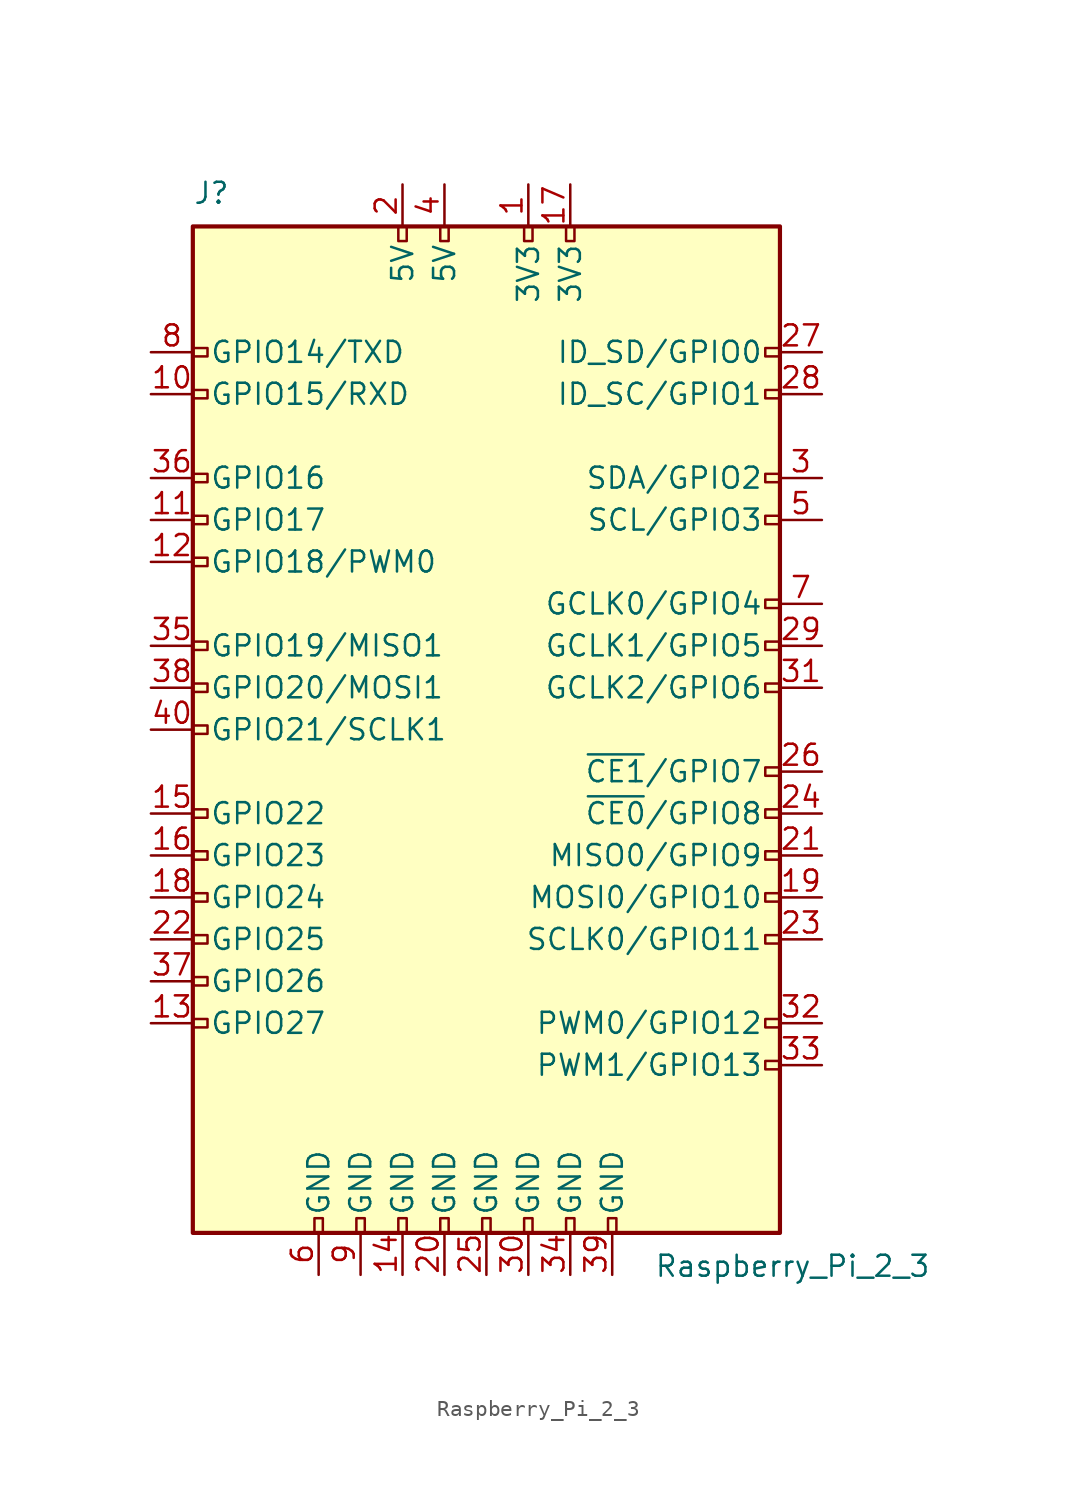
<source format=kicad_sym>
(kicad_symbol_lib
  (version 20211014)
  (generator kicad_symbol_editor)
  (symbol "Raspberry_Pi_2_3"
    (pin_names
      (offset 1.016))
    (property "Reference" "J"
      (at -17.78 31.75 0)
      (effects (font (size 1.27 1.27)) (justify left bottom)))
    (property "Value" "Raspberry_Pi_2_3"
      (at 10.16 -31.75 0)
      (effects (font (size 1.27 1.27)) (justify left top)))
    (symbol "Raspberry_Pi_2_3_0_1"
      (rectangle (start -17.78 30.48) (end 17.78 -30.48) (stroke (width 0.254) (type default) (color 0 0 0 0)) (fill (type background))))
    (symbol "Raspberry_Pi_2_3_1_1"
      (rectangle (start -16.891 -17.526) (end -17.78 -18.034) (stroke (width 0) (type default) (color 0 0 0 0)) (fill (type none)))
      (rectangle (start -16.891 -14.986) (end -17.78 -15.494) (stroke (width 0) (type default) (color 0 0 0 0)) (fill (type none)))
      (rectangle (start -16.891 -12.446) (end -17.78 -12.954) (stroke (width 0) (type default) (color 0 0 0 0)) (fill (type none)))
      (rectangle (start -16.891 -9.906) (end -17.78 -10.414) (stroke (width 0) (type default) (color 0 0 0 0)) (fill (type none)))
      (rectangle (start -16.891 -7.366) (end -17.78 -7.874) (stroke (width 0) (type default) (color 0 0 0 0)) (fill (type none)))
      (rectangle (start -16.891 -4.826) (end -17.78 -5.334) (stroke (width 0) (type default) (color 0 0 0 0)) (fill (type none)))
      (rectangle (start -16.891 0.254) (end -17.78 -0.254) (stroke (width 0) (type default) (color 0 0 0 0)) (fill (type none)))
      (rectangle (start -16.891 2.794) (end -17.78 2.286) (stroke (width 0) (type default) (color 0 0 0 0)) (fill (type none)))
      (rectangle (start -16.891 5.334) (end -17.78 4.826) (stroke (width 0) (type default) (color 0 0 0 0)) (fill (type none)))
      (rectangle (start -16.891 10.414) (end -17.78 9.906) (stroke (width 0) (type default) (color 0 0 0 0)) (fill (type none)))
      (rectangle (start -16.891 12.954) (end -17.78 12.446) (stroke (width 0) (type default) (color 0 0 0 0)) (fill (type none)))
      (rectangle (start -16.891 15.494) (end -17.78 14.986) (stroke (width 0) (type default) (color 0 0 0 0)) (fill (type none)))
      (rectangle (start -16.891 20.574) (end -17.78 20.066) (stroke (width 0) (type default) (color 0 0 0 0)) (fill (type none)))
      (rectangle (start -16.891 23.114) (end -17.78 22.606) (stroke (width 0) (type default) (color 0 0 0 0)) (fill (type none)))
      (rectangle (start -10.414 -29.591) (end -9.906 -30.48) (stroke (width 0) (type default) (color 0 0 0 0)) (fill (type none)))
      (rectangle (start -7.874 -29.591) (end -7.366 -30.48) (stroke (width 0) (type default) (color 0 0 0 0)) (fill (type none)))
      (rectangle (start -5.334 -29.591) (end -4.826 -30.48) (stroke (width 0) (type default) (color 0 0 0 0)) (fill (type none)))
      (rectangle (start -5.334 30.48) (end -4.826 29.591) (stroke (width 0) (type default) (color 0 0 0 0)) (fill (type none)))
      (rectangle (start -2.794 -29.591) (end -2.286 -30.48) (stroke (width 0) (type default) (color 0 0 0 0)) (fill (type none)))
      (rectangle (start -2.794 30.48) (end -2.286 29.591) (stroke (width 0) (type default) (color 0 0 0 0)) (fill (type none)))
      (rectangle (start -0.254 -29.591) (end 0.254 -30.48) (stroke (width 0) (type default) (color 0 0 0 0)) (fill (type none)))
      (rectangle (start 2.286 -29.591) (end 2.794 -30.48) (stroke (width 0) (type default) (color 0 0 0 0)) (fill (type none)))
      (rectangle (start 2.286 30.48) (end 2.794 29.591) (stroke (width 0) (type default) (color 0 0 0 0)) (fill (type none)))
      (rectangle (start 4.826 -29.591) (end 5.334 -30.48) (stroke (width 0) (type default) (color 0 0 0 0)) (fill (type none)))
      (rectangle (start 4.826 30.48) (end 5.334 29.591) (stroke (width 0) (type default) (color 0 0 0 0)) (fill (type none)))
      (rectangle (start 7.366 -29.591) (end 7.874 -30.48) (stroke (width 0) (type default) (color 0 0 0 0)) (fill (type none)))
      (rectangle (start 17.78 -20.066) (end 16.891 -20.574) (stroke (width 0) (type default) (color 0 0 0 0)) (fill (type none)))
      (rectangle (start 17.78 -17.526) (end 16.891 -18.034) (stroke (width 0) (type default) (color 0 0 0 0)) (fill (type none)))
      (rectangle (start 17.78 -12.446) (end 16.891 -12.954) (stroke (width 0) (type default) (color 0 0 0 0)) (fill (type none)))
      (rectangle (start 17.78 -9.906) (end 16.891 -10.414) (stroke (width 0) (type default) (color 0 0 0 0)) (fill (type none)))
      (rectangle (start 17.78 -7.366) (end 16.891 -7.874) (stroke (width 0) (type default) (color 0 0 0 0)) (fill (type none)))
      (rectangle (start 17.78 -4.826) (end 16.891 -5.334) (stroke (width 0) (type default) (color 0 0 0 0)) (fill (type none)))
      (rectangle (start 17.78 -2.286) (end 16.891 -2.794) (stroke (width 0) (type default) (color 0 0 0 0)) (fill (type none)))
      (rectangle (start 17.78 2.794) (end 16.891 2.286) (stroke (width 0) (type default) (color 0 0 0 0)) (fill (type none)))
      (rectangle (start 17.78 5.334) (end 16.891 4.826) (stroke (width 0) (type default) (color 0 0 0 0)) (fill (type none)))
      (rectangle (start 17.78 7.874) (end 16.891 7.366) (stroke (width 0) (type default) (color 0 0 0 0)) (fill (type none)))
      (rectangle (start 17.78 12.954) (end 16.891 12.446) (stroke (width 0) (type default) (color 0 0 0 0)) (fill (type none)))
      (rectangle (start 17.78 15.494) (end 16.891 14.986) (stroke (width 0) (type default) (color 0 0 0 0)) (fill (type none)))
      (rectangle (start 17.78 20.574) (end 16.891 20.066) (stroke (width 0) (type default) (color 0 0 0 0)) (fill (type none)))
      (rectangle (start 17.78 23.114) (end 16.891 22.606) (stroke (width 0) (type default) (color 0 0 0 0)) (fill (type none)))
      (pin power_in line (at 2.54 33.02 270) (length 2.54) (name "3V3" (effects (font (size 1.27 1.27)))) (number "1" (effects (font (size 1.27 1.27)))))
      (pin bidirectional line (at -20.32 20.32 0) (length 2.54) (name "GPIO15/RXD" (effects (font (size 1.27 1.27)))) (number "10" (effects (font (size 1.27 1.27)))))
      (pin bidirectional line (at -20.32 12.7 0) (length 2.54) (name "GPIO17" (effects (font (size 1.27 1.27)))) (number "11" (effects (font (size 1.27 1.27)))))
      (pin bidirectional line (at -20.32 10.16 0) (length 2.54) (name "GPIO18/PWM0" (effects (font (size 1.27 1.27)))) (number "12" (effects (font (size 1.27 1.27)))))
      (pin bidirectional line (at -20.32 -17.78 0) (length 2.54) (name "GPIO27" (effects (font (size 1.27 1.27)))) (number "13" (effects (font (size 1.27 1.27)))))
      (pin power_in line (at -5.08 -33.02 90) (length 2.54) (name "GND" (effects (font (size 1.27 1.27)))) (number "14" (effects (font (size 1.27 1.27)))))
      (pin bidirectional line (at -20.32 -5.08 0) (length 2.54) (name "GPIO22" (effects (font (size 1.27 1.27)))) (number "15" (effects (font (size 1.27 1.27)))))
      (pin bidirectional line (at -20.32 -7.62 0) (length 2.54) (name "GPIO23" (effects (font (size 1.27 1.27)))) (number "16" (effects (font (size 1.27 1.27)))))
      (pin power_in line (at 5.08 33.02 270) (length 2.54) (name "3V3" (effects (font (size 1.27 1.27)))) (number "17" (effects (font (size 1.27 1.27)))))
      (pin bidirectional line (at -20.32 -10.16 0) (length 2.54) (name "GPIO24" (effects (font (size 1.27 1.27)))) (number "18" (effects (font (size 1.27 1.27)))))
      (pin bidirectional line (at 20.32 -10.16 180) (length 2.54) (name "MOSI0/GPIO10" (effects (font (size 1.27 1.27)))) (number "19" (effects (font (size 1.27 1.27)))))
      (pin power_in line (at -5.08 33.02 270) (length 2.54) (name "5V" (effects (font (size 1.27 1.27)))) (number "2" (effects (font (size 1.27 1.27)))))
      (pin power_in line (at -2.54 -33.02 90) (length 2.54) (name "GND" (effects (font (size 1.27 1.27)))) (number "20" (effects (font (size 1.27 1.27)))))
      (pin bidirectional line (at 20.32 -7.62 180) (length 2.54) (name "MISO0/GPIO9" (effects (font (size 1.27 1.27)))) (number "21" (effects (font (size 1.27 1.27)))))
      (pin bidirectional line (at -20.32 -12.7 0) (length 2.54) (name "GPIO25" (effects (font (size 1.27 1.27)))) (number "22" (effects (font (size 1.27 1.27)))))
      (pin bidirectional line (at 20.32 -12.7 180) (length 2.54) (name "SCLK0/GPIO11" (effects (font (size 1.27 1.27)))) (number "23" (effects (font (size 1.27 1.27)))))
      (pin bidirectional line (at 20.32 -5.08 180) (length 2.54) (name "~{CE0}/GPIO8" (effects (font (size 1.27 1.27)))) (number "24" (effects (font (size 1.27 1.27)))))
      (pin power_in line (at 0 -33.02 90) (length 2.54) (name "GND" (effects (font (size 1.27 1.27)))) (number "25" (effects (font (size 1.27 1.27)))))
      (pin bidirectional line (at 20.32 -2.54 180) (length 2.54) (name "~{CE1}/GPIO7" (effects (font (size 1.27 1.27)))) (number "26" (effects (font (size 1.27 1.27)))))
      (pin bidirectional line (at 20.32 22.86 180) (length 2.54) (name "ID_SD/GPIO0" (effects (font (size 1.27 1.27)))) (number "27" (effects (font (size 1.27 1.27)))))
      (pin bidirectional line (at 20.32 20.32 180) (length 2.54) (name "ID_SC/GPIO1" (effects (font (size 1.27 1.27)))) (number "28" (effects (font (size 1.27 1.27)))))
      (pin bidirectional line (at 20.32 5.08 180) (length 2.54) (name "GCLK1/GPIO5" (effects (font (size 1.27 1.27)))) (number "29" (effects (font (size 1.27 1.27)))))
      (pin bidirectional line (at 20.32 15.24 180) (length 2.54) (name "SDA/GPIO2" (effects (font (size 1.27 1.27)))) (number "3" (effects (font (size 1.27 1.27)))))
      (pin power_in line (at 2.54 -33.02 90) (length 2.54) (name "GND" (effects (font (size 1.27 1.27)))) (number "30" (effects (font (size 1.27 1.27)))))
      (pin bidirectional line (at 20.32 2.54 180) (length 2.54) (name "GCLK2/GPIO6" (effects (font (size 1.27 1.27)))) (number "31" (effects (font (size 1.27 1.27)))))
      (pin bidirectional line (at 20.32 -17.78 180) (length 2.54) (name "PWM0/GPIO12" (effects (font (size 1.27 1.27)))) (number "32" (effects (font (size 1.27 1.27)))))
      (pin bidirectional line (at 20.32 -20.32 180) (length 2.54) (name "PWM1/GPIO13" (effects (font (size 1.27 1.27)))) (number "33" (effects (font (size 1.27 1.27)))))
      (pin power_in line (at 5.08 -33.02 90) (length 2.54) (name "GND" (effects (font (size 1.27 1.27)))) (number "34" (effects (font (size 1.27 1.27)))))
      (pin bidirectional line (at -20.32 5.08 0) (length 2.54) (name "GPIO19/MISO1" (effects (font (size 1.27 1.27)))) (number "35" (effects (font (size 1.27 1.27)))))
      (pin bidirectional line (at -20.32 15.24 0) (length 2.54) (name "GPIO16" (effects (font (size 1.27 1.27)))) (number "36" (effects (font (size 1.27 1.27)))))
      (pin bidirectional line (at -20.32 -15.24 0) (length 2.54) (name "GPIO26" (effects (font (size 1.27 1.27)))) (number "37" (effects (font (size 1.27 1.27)))))
      (pin bidirectional line (at -20.32 2.54 0) (length 2.54) (name "GPIO20/MOSI1" (effects (font (size 1.27 1.27)))) (number "38" (effects (font (size 1.27 1.27)))))
      (pin power_in line (at 7.62 -33.02 90) (length 2.54) (name "GND" (effects (font (size 1.27 1.27)))) (number "39" (effects (font (size 1.27 1.27)))))
      (pin power_in line (at -2.54 33.02 270) (length 2.54) (name "5V" (effects (font (size 1.27 1.27)))) (number "4" (effects (font (size 1.27 1.27)))))
      (pin bidirectional line (at -20.32 0 0) (length 2.54) (name "GPIO21/SCLK1" (effects (font (size 1.27 1.27)))) (number "40" (effects (font (size 1.27 1.27)))))
      (pin bidirectional line (at 20.32 12.7 180) (length 2.54) (name "SCL/GPIO3" (effects (font (size 1.27 1.27)))) (number "5" (effects (font (size 1.27 1.27)))))
      (pin power_in line (at -10.16 -33.02 90) (length 2.54) (name "GND" (effects (font (size 1.27 1.27)))) (number "6" (effects (font (size 1.27 1.27)))))
      (pin bidirectional line (at 20.32 7.62 180) (length 2.54) (name "GCLK0/GPIO4" (effects (font (size 1.27 1.27)))) (number "7" (effects (font (size 1.27 1.27)))))
      (pin bidirectional line (at -20.32 22.86 0) (length 2.54) (name "GPIO14/TXD" (effects (font (size 1.27 1.27)))) (number "8" (effects (font (size 1.27 1.27)))))
      (pin power_in line (at -7.62 -33.02 90) (length 2.54) (name "GND" (effects (font (size 1.27 1.27)))) (number "9" (effects (font (size 1.27 1.27))))))))
</source>
